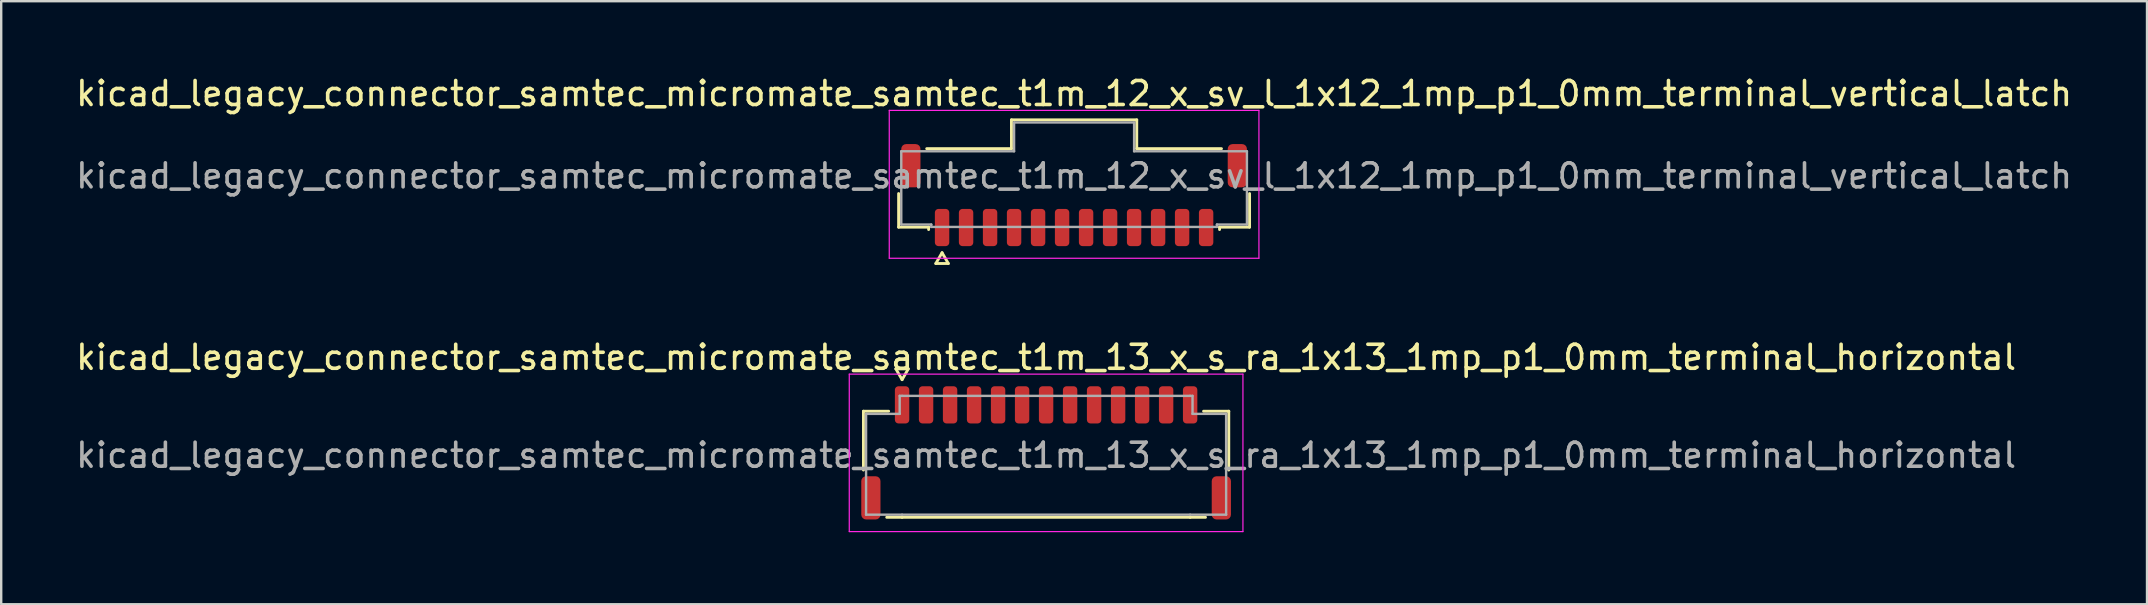
<source format=kicad_pcb>
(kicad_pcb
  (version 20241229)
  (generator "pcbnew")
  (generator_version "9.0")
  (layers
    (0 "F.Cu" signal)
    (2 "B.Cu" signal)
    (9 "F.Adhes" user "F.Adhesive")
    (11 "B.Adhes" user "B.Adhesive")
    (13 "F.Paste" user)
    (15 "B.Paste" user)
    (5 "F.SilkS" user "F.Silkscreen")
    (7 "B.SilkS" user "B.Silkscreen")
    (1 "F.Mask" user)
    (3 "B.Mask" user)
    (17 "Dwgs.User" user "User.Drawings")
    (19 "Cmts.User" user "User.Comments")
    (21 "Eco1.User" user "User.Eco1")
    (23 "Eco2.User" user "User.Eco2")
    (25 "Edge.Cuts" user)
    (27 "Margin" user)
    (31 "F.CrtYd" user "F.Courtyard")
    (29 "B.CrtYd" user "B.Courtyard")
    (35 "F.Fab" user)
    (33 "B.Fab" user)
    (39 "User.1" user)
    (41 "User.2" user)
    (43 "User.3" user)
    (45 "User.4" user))
  (footprint "kicad_legacy_connector_samtec_micromate_samtec_t1m_13_x_s_ra_1x13_1mp_p1_0mm_terminal_horizontal"
    (layer "F.Cu")
    (at 40.53 15.916)
    (property "Reference" "kicad_legacy_connector_samtec_micromate_samtec_t1m_13_x_s_ra_1x13_1mp_p1_0mm_terminal_horizontal" (at 0 -4.08 0) (layer "F.SilkS") (effects (font (size 1 1) (thickness 0.15))))
    (attr smd)
    (fp_line (start -7.61 -1.835) (end -6.56 -1.835) (stroke (width 0.12) (type solid)) (layer "F.SilkS"))
    (fp_line (start -7.61 0.615) (end -7.61 -1.835) (stroke (width 0.12) (type solid)) (layer "F.SilkS"))
    (fp_line (start -6.26 -3.6) (end -6 -3.15) (stroke (width 0.12) (type solid)) (layer "F.SilkS"))
    (fp_line (start -6 -3.15) (end -5.74 -3.6) (stroke (width 0.12) (type solid)) (layer "F.SilkS"))
    (fp_line (start -6 2.585) (end -6.64 2.585) (stroke (width 0.12) (type solid)) (layer "F.SilkS"))
    (fp_line (start -5.74 -3.6) (end -6.26 -3.6) (stroke (width 0.12) (type solid)) (layer "F.SilkS"))
    (fp_line (start 6 2.585) (end -6 2.585) (stroke (width 0.12) (type solid)) (layer "F.SilkS"))
    (fp_line (start 6.56 -1.835) (end 7.61 -1.835) (stroke (width 0.12) (type solid)) (layer "F.SilkS"))
    (fp_line (start 6.64 2.585) (end 6 2.585) (stroke (width 0.12) (type solid)) (layer "F.SilkS"))
    (fp_line (start 7.61 -1.835) (end 7.61 0.615) (stroke (width 0.12) (type solid)) (layer "F.SilkS"))
    (fp_line (start -8.2 -3.38) (end -8.2 3.18) (stroke (width 0.05) (type solid)) (layer "F.CrtYd"))
    (fp_line (start -8.2 3.18) (end 8.2 3.18) (stroke (width 0.05) (type solid)) (layer "F.CrtYd"))
    (fp_line (start 8.2 -3.38) (end -8.2 -3.38) (stroke (width 0.05) (type solid)) (layer "F.CrtYd"))
    (fp_line (start 8.2 3.18) (end 8.2 -3.38) (stroke (width 0.05) (type solid)) (layer "F.CrtYd"))
    (fp_line (start -7.5 -1.725) (end -6.1 -1.725) (stroke (width 0.1) (type solid)) (layer "F.Fab"))
    (fp_line (start -7.5 2.475) (end -7.5 -1.725) (stroke (width 0.1) (type solid)) (layer "F.Fab"))
    (fp_line (start -6.1 -2.475) (end -6 -2.475) (stroke (width 0.1) (type solid)) (layer "F.Fab"))
    (fp_line (start -6.1 -1.725) (end -6.1 -2.475) (stroke (width 0.1) (type solid)) (layer "F.Fab"))
    (fp_line (start -6 -2.475) (end 6 -2.475) (stroke (width 0.1) (type solid)) (layer "F.Fab"))
    (fp_line (start -6 2.475) (end -7.5 2.475) (stroke (width 0.1) (type solid)) (layer "F.Fab"))
    (fp_line (start 6 -2.475) (end 6.1 -2.475) (stroke (width 0.1) (type solid)) (layer "F.Fab"))
    (fp_line (start 6 2.475) (end -6 2.475) (stroke (width 0.1) (type solid)) (layer "F.Fab"))
    (fp_line (start 6.1 -2.475) (end 6.1 -1.725) (stroke (width 0.1) (type solid)) (layer "F.Fab"))
    (fp_line (start 6.1 -1.725) (end 7.5 -1.725) (stroke (width 0.1) (type solid)) (layer "F.Fab"))
    (fp_line (start 7.5 -1.725) (end 7.5 2.475) (stroke (width 0.1) (type solid)) (layer "F.Fab"))
    (fp_line (start 7.5 2.475) (end 6 2.475) (stroke (width 0.1) (type solid)) (layer "F.Fab"))
    (fp_text user "${REFERENCE}" (at 0 0 0) (layer "F.Fab") (effects (font (size 1 1) (thickness 0.15))))
    (pad "1" smd roundrect (at -6 -2.1) (size 0.6 1.55) (layers "F.Cu" "F.Mask" "F.Paste") (roundrect_rratio 0.25))
    (pad "2" smd roundrect (at -5 -2.1) (size 0.6 1.55) (layers "F.Cu" "F.Mask" "F.Paste") (roundrect_rratio 0.25))
    (pad "3" smd roundrect (at -4 -2.1) (size 0.6 1.55) (layers "F.Cu" "F.Mask" "F.Paste") (roundrect_rratio 0.25))
    (pad "4" smd roundrect (at -3 -2.1) (size 0.6 1.55) (layers "F.Cu" "F.Mask" "F.Paste") (roundrect_rratio 0.25))
    (pad "5" smd roundrect (at -2 -2.1) (size 0.6 1.55) (layers "F.Cu" "F.Mask" "F.Paste") (roundrect_rratio 0.25))
    (pad "6" smd roundrect (at -1 -2.1) (size 0.6 1.55) (layers "F.Cu" "F.Mask" "F.Paste") (roundrect_rratio 0.25))
    (pad "7" smd roundrect (at 0 -2.1) (size 0.6 1.55) (layers "F.Cu" "F.Mask" "F.Paste") (roundrect_rratio 0.25))
    (pad "8" smd roundrect (at 1 -2.1) (size 0.6 1.55) (layers "F.Cu" "F.Mask" "F.Paste") (roundrect_rratio 0.25))
    (pad "9" smd roundrect (at 2 -2.1) (size 0.6 1.55) (layers "F.Cu" "F.Mask" "F.Paste") (roundrect_rratio 0.25))
    (pad "10" smd roundrect (at 3 -2.1) (size 0.6 1.55) (layers "F.Cu" "F.Mask" "F.Paste") (roundrect_rratio 0.25))
    (pad "11" smd roundrect (at 4 -2.1) (size 0.6 1.55) (layers "F.Cu" "F.Mask" "F.Paste") (roundrect_rratio 0.25))
    (pad "12" smd roundrect (at 5 -2.1) (size 0.6 1.55) (layers "F.Cu" "F.Mask" "F.Paste") (roundrect_rratio 0.25))
    (pad "13" smd roundrect (at 6 -2.1) (size 0.6 1.55) (layers "F.Cu" "F.Mask" "F.Paste") (roundrect_rratio 0.25))
    (pad "MP" smd roundrect (at -7.3 1.775) (size 0.8 1.8) (layers "F.Cu" "F.Mask" "F.Paste") (roundrect_rratio 0.25))
    (pad "MP" smd roundrect (at 7.3 1.775) (size 0.8 1.8) (layers "F.Cu" "F.Mask" "F.Paste") (roundrect_rratio 0.25)))
  (footprint "kicad_legacy_connector_samtec_micromate_samtec_t1m_12_x_sv_l_1x12_1mp_p1_0mm_terminal_vertical_latch"
    (layer "F.Cu")
    (at 41.696 4.278)
    (property "Reference" "kicad_legacy_connector_samtec_micromate_samtec_t1m_12_x_sv_l_1x12_1mp_p1_0mm_terminal_vertical_latch" (at 0 -3.43 0) (layer "F.SilkS") (effects (font (size 1 1) (thickness 0.15))))
    (attr smd)
    (fp_line (start -7.31 2.135) (end -7.31 0.735) (stroke (width 0.12) (type solid)) (layer "F.SilkS"))
    (fp_line (start -6.14 -1.135) (end -2.61 -1.135) (stroke (width 0.12) (type solid)) (layer "F.SilkS"))
    (fp_line (start -6.06 2.135) (end -7.31 2.135) (stroke (width 0.12) (type solid)) (layer "F.SilkS"))
    (fp_line (start -6.06 2.235) (end -6.06 2.135) (stroke (width 0.12) (type solid)) (layer "F.SilkS"))
    (fp_line (start -5.76 3.65) (end -5.5 3.2) (stroke (width 0.12) (type solid)) (layer "F.SilkS"))
    (fp_line (start -5.5 3.2) (end -5.24 3.65) (stroke (width 0.12) (type solid)) (layer "F.SilkS"))
    (fp_line (start -5.24 3.65) (end -5.76 3.65) (stroke (width 0.12) (type solid)) (layer "F.SilkS"))
    (fp_line (start -2.61 -2.335) (end 2.61 -2.335) (stroke (width 0.12) (type solid)) (layer "F.SilkS"))
    (fp_line (start -2.61 -1.135) (end -2.61 -2.335) (stroke (width 0.12) (type solid)) (layer "F.SilkS"))
    (fp_line (start 2.61 -2.335) (end 2.61 -1.135) (stroke (width 0.12) (type solid)) (layer "F.SilkS"))
    (fp_line (start 2.61 -1.135) (end 6.14 -1.135) (stroke (width 0.12) (type solid)) (layer "F.SilkS"))
    (fp_line (start 6.06 2.135) (end 6.06 2.235) (stroke (width 0.12) (type solid)) (layer "F.SilkS"))
    (fp_line (start 7.31 0.735) (end 7.31 2.135) (stroke (width 0.12) (type solid)) (layer "F.SilkS"))
    (fp_line (start 7.31 2.135) (end 6.06 2.135) (stroke (width 0.12) (type solid)) (layer "F.SilkS"))
    (fp_line (start -7.7 -2.73) (end -7.7 3.43) (stroke (width 0.05) (type solid)) (layer "F.CrtYd"))
    (fp_line (start -7.7 3.43) (end 7.7 3.43) (stroke (width 0.05) (type solid)) (layer "F.CrtYd"))
    (fp_line (start 7.7 -2.73) (end -7.7 -2.73) (stroke (width 0.05) (type solid)) (layer "F.CrtYd"))
    (fp_line (start 7.7 3.43) (end 7.7 -2.73) (stroke (width 0.05) (type solid)) (layer "F.CrtYd"))
    (fp_line (start -7.2 -1.025) (end -2.5 -1.025) (stroke (width 0.1) (type solid)) (layer "F.Fab"))
    (fp_line (start -7.2 2.025) (end -7.2 -1.025) (stroke (width 0.1) (type solid)) (layer "F.Fab"))
    (fp_line (start -5.95 2.025) (end -7.2 2.025) (stroke (width 0.1) (type solid)) (layer "F.Fab"))
    (fp_line (start -5.95 2.125) (end -5.95 2.025) (stroke (width 0.1) (type solid)) (layer "F.Fab"))
    (fp_line (start -2.5 -2.225) (end 2.5 -2.225) (stroke (width 0.1) (type solid)) (layer "F.Fab"))
    (fp_line (start -2.5 -1.025) (end -2.5 -2.225) (stroke (width 0.1) (type solid)) (layer "F.Fab"))
    (fp_line (start 2.5 -2.225) (end 2.5 -1.025) (stroke (width 0.1) (type solid)) (layer "F.Fab"))
    (fp_line (start 2.5 -1.025) (end 7.2 -1.025) (stroke (width 0.1) (type solid)) (layer "F.Fab"))
    (fp_line (start 5.95 2.025) (end 5.95 2.125) (stroke (width 0.1) (type solid)) (layer "F.Fab"))
    (fp_line (start 5.95 2.125) (end -5.95 2.125) (stroke (width 0.1) (type solid)) (layer "F.Fab"))
    (fp_line (start 7.2 -1.025) (end 7.2 2.025) (stroke (width 0.1) (type solid)) (layer "F.Fab"))
    (fp_line (start 7.2 2.025) (end 5.95 2.025) (stroke (width 0.1) (type solid)) (layer "F.Fab"))
    (fp_text user "${REFERENCE}" (at 0 0 0) (layer "F.Fab") (effects (font (size 1 1) (thickness 0.15))))
    (pad "1" smd roundrect (at -5.5 2.15) (size 0.6 1.55) (layers "F.Cu" "F.Mask" "F.Paste") (roundrect_rratio 0.25))
    (pad "2" smd roundrect (at -4.5 2.15) (size 0.6 1.55) (layers "F.Cu" "F.Mask" "F.Paste") (roundrect_rratio 0.25))
    (pad "3" smd roundrect (at -3.5 2.15) (size 0.6 1.55) (layers "F.Cu" "F.Mask" "F.Paste") (roundrect_rratio 0.25))
    (pad "4" smd roundrect (at -2.5 2.15) (size 0.6 1.55) (layers "F.Cu" "F.Mask" "F.Paste") (roundrect_rratio 0.25))
    (pad "5" smd roundrect (at -1.5 2.15) (size 0.6 1.55) (layers "F.Cu" "F.Mask" "F.Paste") (roundrect_rratio 0.25))
    (pad "6" smd roundrect (at -0.5 2.15) (size 0.6 1.55) (layers "F.Cu" "F.Mask" "F.Paste") (roundrect_rratio 0.25))
    (pad "7" smd roundrect (at 0.5 2.15) (size 0.6 1.55) (layers "F.Cu" "F.Mask" "F.Paste") (roundrect_rratio 0.25))
    (pad "8" smd roundrect (at 1.5 2.15) (size 0.6 1.55) (layers "F.Cu" "F.Mask" "F.Paste") (roundrect_rratio 0.25))
    (pad "9" smd roundrect (at 2.5 2.15) (size 0.6 1.55) (layers "F.Cu" "F.Mask" "F.Paste") (roundrect_rratio 0.25))
    (pad "10" smd roundrect (at 3.5 2.15) (size 0.6 1.55) (layers "F.Cu" "F.Mask" "F.Paste") (roundrect_rratio 0.25))
    (pad "11" smd roundrect (at 4.5 2.15) (size 0.6 1.55) (layers "F.Cu" "F.Mask" "F.Paste") (roundrect_rratio 0.25))
    (pad "12" smd roundrect (at 5.5 2.15) (size 0.6 1.55) (layers "F.Cu" "F.Mask" "F.Paste") (roundrect_rratio 0.25))
    (pad "MP" smd roundrect (at -6.8 -0.425) (size 0.8 1.8) (layers "F.Cu" "F.Mask" "F.Paste") (roundrect_rratio 0.25))
    (pad "MP" smd roundrect (at 6.8 -0.425) (size 0.8 1.8) (layers "F.Cu" "F.Mask" "F.Paste") (roundrect_rratio 0.25)))
  (gr_rect
    (start -3 -3)
    (end 86.393 22.122)
    (stroke (width 0.1) (type default))
    (fill no)
    (layer "Edge.Cuts")))
</source>
